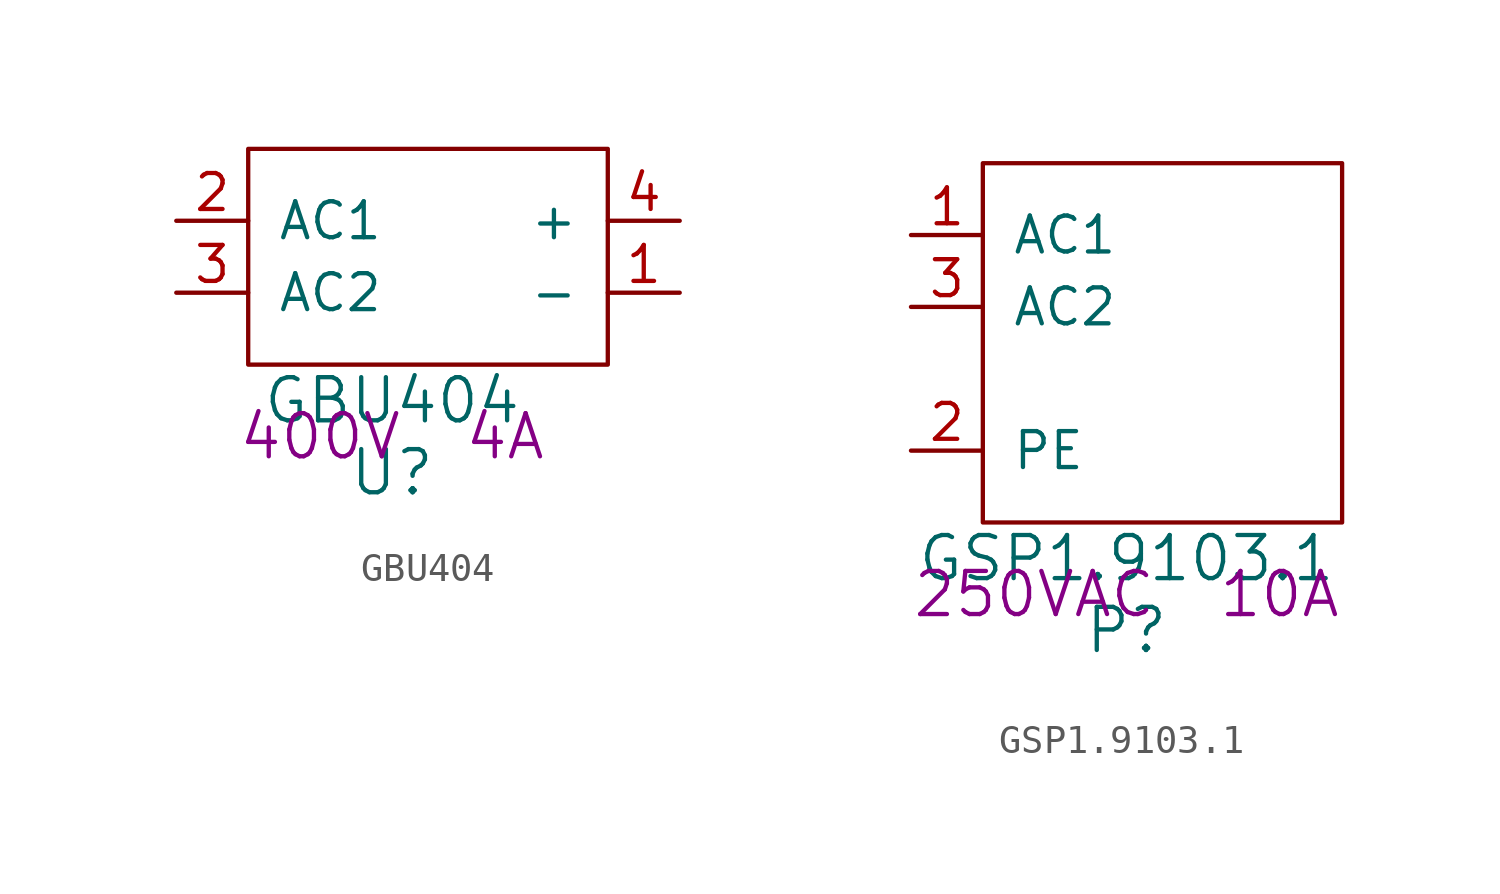
<source format=kicad_sym>
(kicad_symbol_lib
  (version 20220914)
  (generator kicad_symbol_editor)
  (symbol "GBU404"
    (pin_names
      (offset 1.016))
    (property "Reference" "U"
      (at 5.08 -3.81 0)
      (effects (font (size 1.524 1.524))))
    (property "Value" "GBU404"
      (at 5.08 -1.27 0)
      (effects (font (size 1.524 1.524))))
    (property "Rating" "400V  4A"
      (at 5.08 -2.54 0)
      (effects (font (size 1.524 1.524))))
    (symbol "GBU404_0_1"
      (rectangle (start 0 7.62) (end 12.7 0) (stroke (width 0) (type solid)) (fill (type none))))
    (symbol "GBU404_1_1"
      (pin power_out line (at 15.24 2.54 180) (length 2.54) (name "-" (effects (font (size 1.27 1.27)))) (number "1" (effects (font (size 1.27 1.27)))))
      (pin power_in line (at -2.54 5.08 0) (length 2.54) (name "AC1" (effects (font (size 1.27 1.27)))) (number "2" (effects (font (size 1.27 1.27)))))
      (pin power_in line (at -2.54 2.54 0) (length 2.54) (name "AC2" (effects (font (size 1.27 1.27)))) (number "3" (effects (font (size 1.27 1.27)))))
      (pin power_out line (at 15.24 5.08 180) (length 2.54) (name "+" (effects (font (size 1.27 1.27)))) (number "4" (effects (font (size 1.27 1.27)))))))
  (symbol "GSP1.9103.1"
    (pin_names
      (offset 1.016))
    (property "Reference" "P"
      (at 5.08 -3.81 0)
      (effects (font (size 1.524 1.524))))
    (property "Value" "GSP1.9103.1"
      (at 5.08 -1.27 0)
      (effects (font (size 1.524 1.524))))
    (property "Rating" "250VAC  10A"
      (at 5.08 -2.54 0)
      (effects (font (size 1.524 1.524))))
    (symbol "GSP1.9103.1_0_1"
      (rectangle (start 0 12.7) (end 12.7 0) (stroke (width 0) (type solid)) (fill (type none))))
    (symbol "GSP1.9103.1_1_1"
      (pin power_out line (at -2.54 10.16 0) (length 2.54) (name "AC1" (effects (font (size 1.27 1.27)))) (number "1" (effects (font (size 1.27 1.27)))))
      (pin passive line (at -2.54 2.54 0) (length 2.54) (name "PE" (effects (font (size 1.27 1.27)))) (number "2" (effects (font (size 1.27 1.27)))))
      (pin power_out line (at -2.54 7.62 0) (length 2.54) (name "AC2" (effects (font (size 1.27 1.27)))) (number "3" (effects (font (size 1.27 1.27))))))))
</source>
